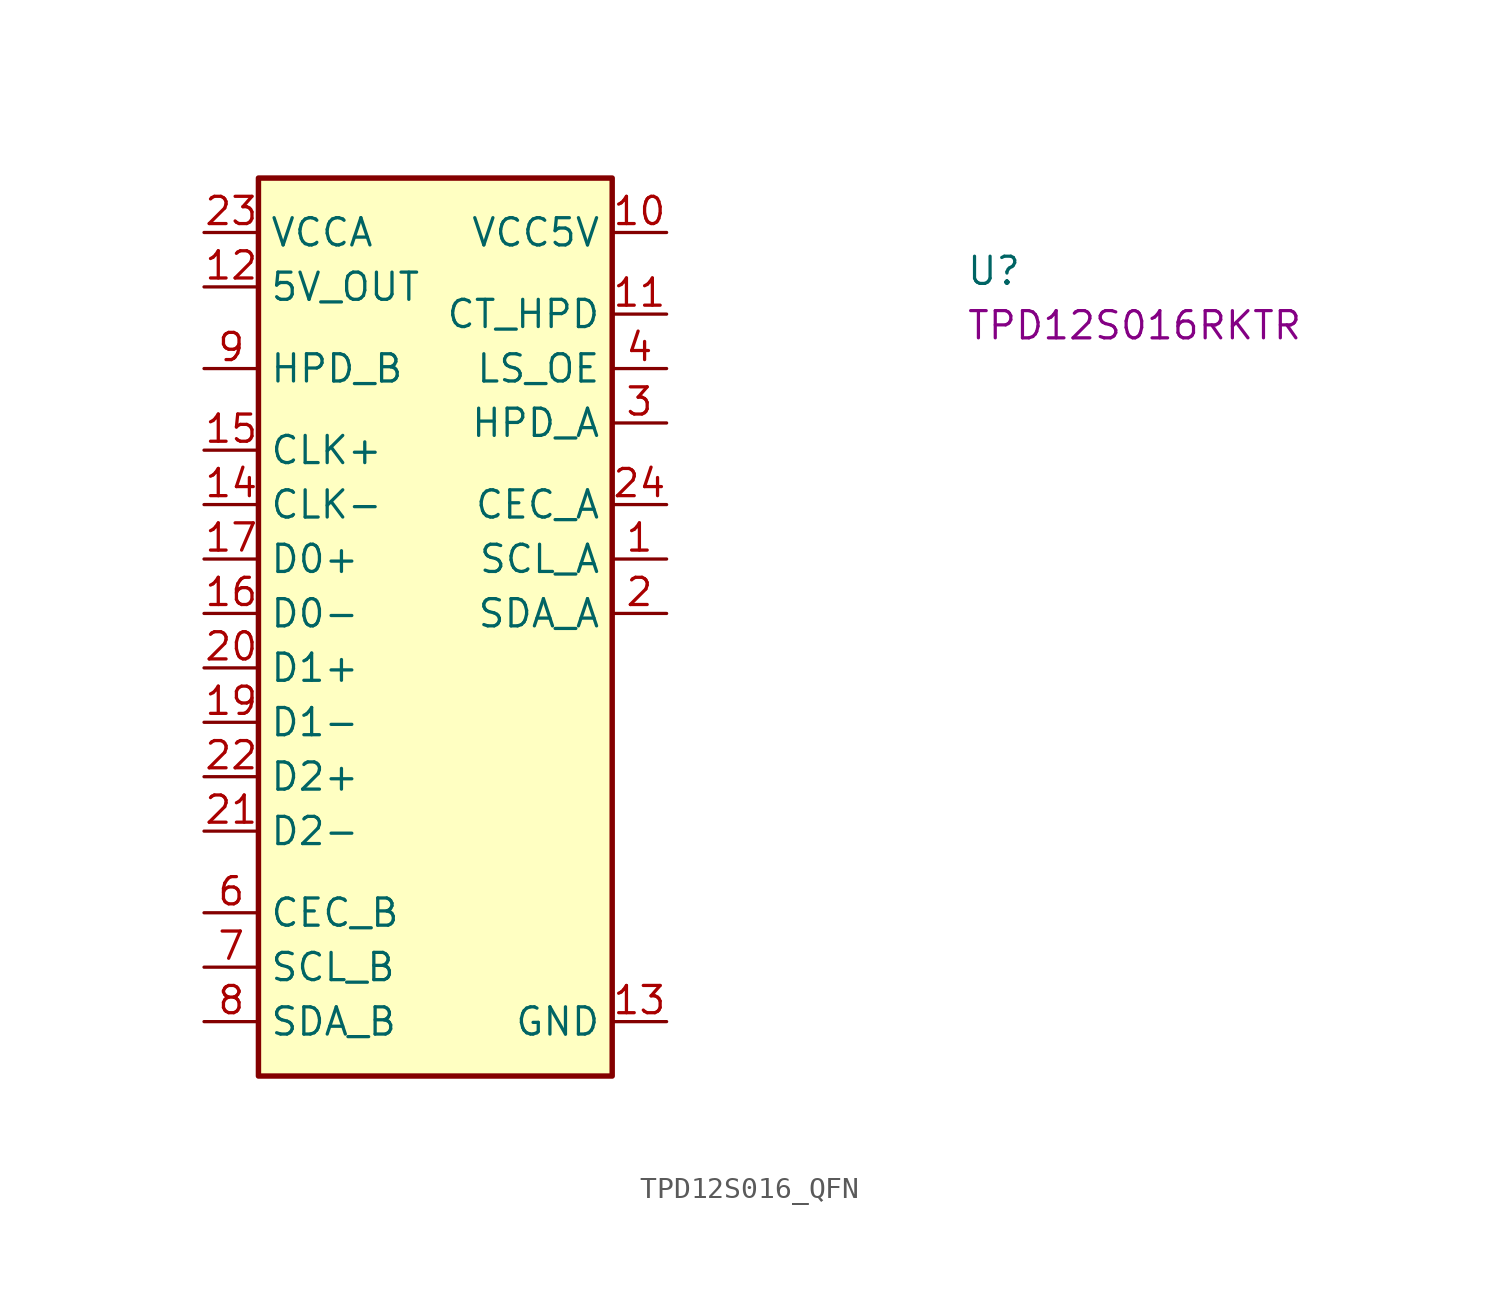
<source format=kicad_sym>
(kicad_symbol_lib
  (version 20220914)
  (generator kicad_symbol_editor)
  (symbol "TPD12S016_QFN"
    (property "Reference" "U"
      (at 35.56 -2.54 0)
      (effects (font (size 1.27 1.27) (thickness 0.15)) (justify left bottom)))
    (property "MPN" "TPD12S016RKTR"
      (at 35.56 -5.08 0)
      (effects (font (size 1.27 1.27) (thickness 0.15)) (justify left bottom)))
    (symbol "TPD12S016_QFN_1_1"
      (rectangle (start 2.54 2.54) (end 19.05 -39.37) (stroke (width 0.254) (type default)) (fill (type background)))
      (pin bidirectional line (at 21.59 -15.24 180) (length 2.54) (name "SCL_A" (effects (font (size 1.27 1.27)))) (number "1" (effects (font (size 1.27 1.27)))))
      (pin power_in line (at 21.59 0 180) (length 2.54) (name "VCC5V" (effects (font (size 1.27 1.27)))) (number "10" (effects (font (size 1.27 1.27)))))
      (pin input line (at 21.59 -3.81 180) (length 2.54) (name "CT_HPD" (effects (font (size 1.27 1.27)))) (number "11" (effects (font (size 1.27 1.27)))))
      (pin power_in line (at 0 -2.54 0) (length 2.54) (name "5V_OUT" (effects (font (size 1.27 1.27)))) (number "12" (effects (font (size 1.27 1.27)))))
      (pin power_in line (at 21.59 -36.83 180) (length 2.54) (name "GND" (effects (font (size 1.27 1.27)))) (number "13" (effects (font (size 1.27 1.27)))))
      (pin passive line (at 0 -12.7 0) (length 2.54) (name "CLK-" (effects (font (size 1.27 1.27)))) (number "14" (effects (font (size 1.27 1.27)))))
      (pin passive line (at 0 -10.16 0) (length 2.54) (name "CLK+" (effects (font (size 1.27 1.27)))) (number "15" (effects (font (size 1.27 1.27)))))
      (pin passive line (at 0 -17.78 0) (length 2.54) (name "D0-" (effects (font (size 1.27 1.27)))) (number "16" (effects (font (size 1.27 1.27)))))
      (pin passive line (at 0 -15.24 0) (length 2.54) (name "D0+" (effects (font (size 1.27 1.27)))) (number "17" (effects (font (size 1.27 1.27)))))
      (pin passive line (at 21.59 -36.83 180) (length 2.54) hide (name "GND" (effects (font (size 1.27 1.27)))) (number "18" (effects (font (size 1.27 1.27)))))
      (pin passive line (at 0 -22.86 0) (length 2.54) (name "D1-" (effects (font (size 1.27 1.27)))) (number "19" (effects (font (size 1.27 1.27)))))
      (pin bidirectional line (at 21.59 -17.78 180) (length 2.54) (name "SDA_A" (effects (font (size 1.27 1.27)))) (number "2" (effects (font (size 1.27 1.27)))))
      (pin passive line (at 0 -20.32 0) (length 2.54) (name "D1+" (effects (font (size 1.27 1.27)))) (number "20" (effects (font (size 1.27 1.27)))))
      (pin passive line (at 0 -27.94 0) (length 2.54) (name "D2-" (effects (font (size 1.27 1.27)))) (number "21" (effects (font (size 1.27 1.27)))))
      (pin passive line (at 0 -25.4 0) (length 2.54) (name "D2+" (effects (font (size 1.27 1.27)))) (number "22" (effects (font (size 1.27 1.27)))))
      (pin power_in line (at 0 0 0) (length 2.54) (name "VCCA" (effects (font (size 1.27 1.27)))) (number "23" (effects (font (size 1.27 1.27)))))
      (pin bidirectional line (at 21.59 -12.7 180) (length 2.54) (name "CEC_A" (effects (font (size 1.27 1.27)))) (number "24" (effects (font (size 1.27 1.27)))))
      (pin output line (at 21.59 -8.89 180) (length 2.54) (name "HPD_A" (effects (font (size 1.27 1.27)))) (number "3" (effects (font (size 1.27 1.27)))))
      (pin input line (at 21.59 -6.35 180) (length 2.54) (name "LS_OE" (effects (font (size 1.27 1.27)))) (number "4" (effects (font (size 1.27 1.27)))))
      (pin passive line (at 21.59 -36.83 180) (length 2.54) hide (name "GND" (effects (font (size 1.27 1.27)))) (number "5" (effects (font (size 1.27 1.27)))))
      (pin bidirectional line (at 0 -31.75 0) (length 2.54) (name "CEC_B" (effects (font (size 1.27 1.27)))) (number "6" (effects (font (size 1.27 1.27)))))
      (pin bidirectional line (at 0 -34.29 0) (length 2.54) (name "SCL_B" (effects (font (size 1.27 1.27)))) (number "7" (effects (font (size 1.27 1.27)))))
      (pin bidirectional line (at 0 -36.83 0) (length 2.54) (name "SDA_B" (effects (font (size 1.27 1.27)))) (number "8" (effects (font (size 1.27 1.27)))))
      (pin input line (at 0 -6.35 0) (length 2.54) (name "HPD_B" (effects (font (size 1.27 1.27)))) (number "9" (effects (font (size 1.27 1.27))))))))
</source>
